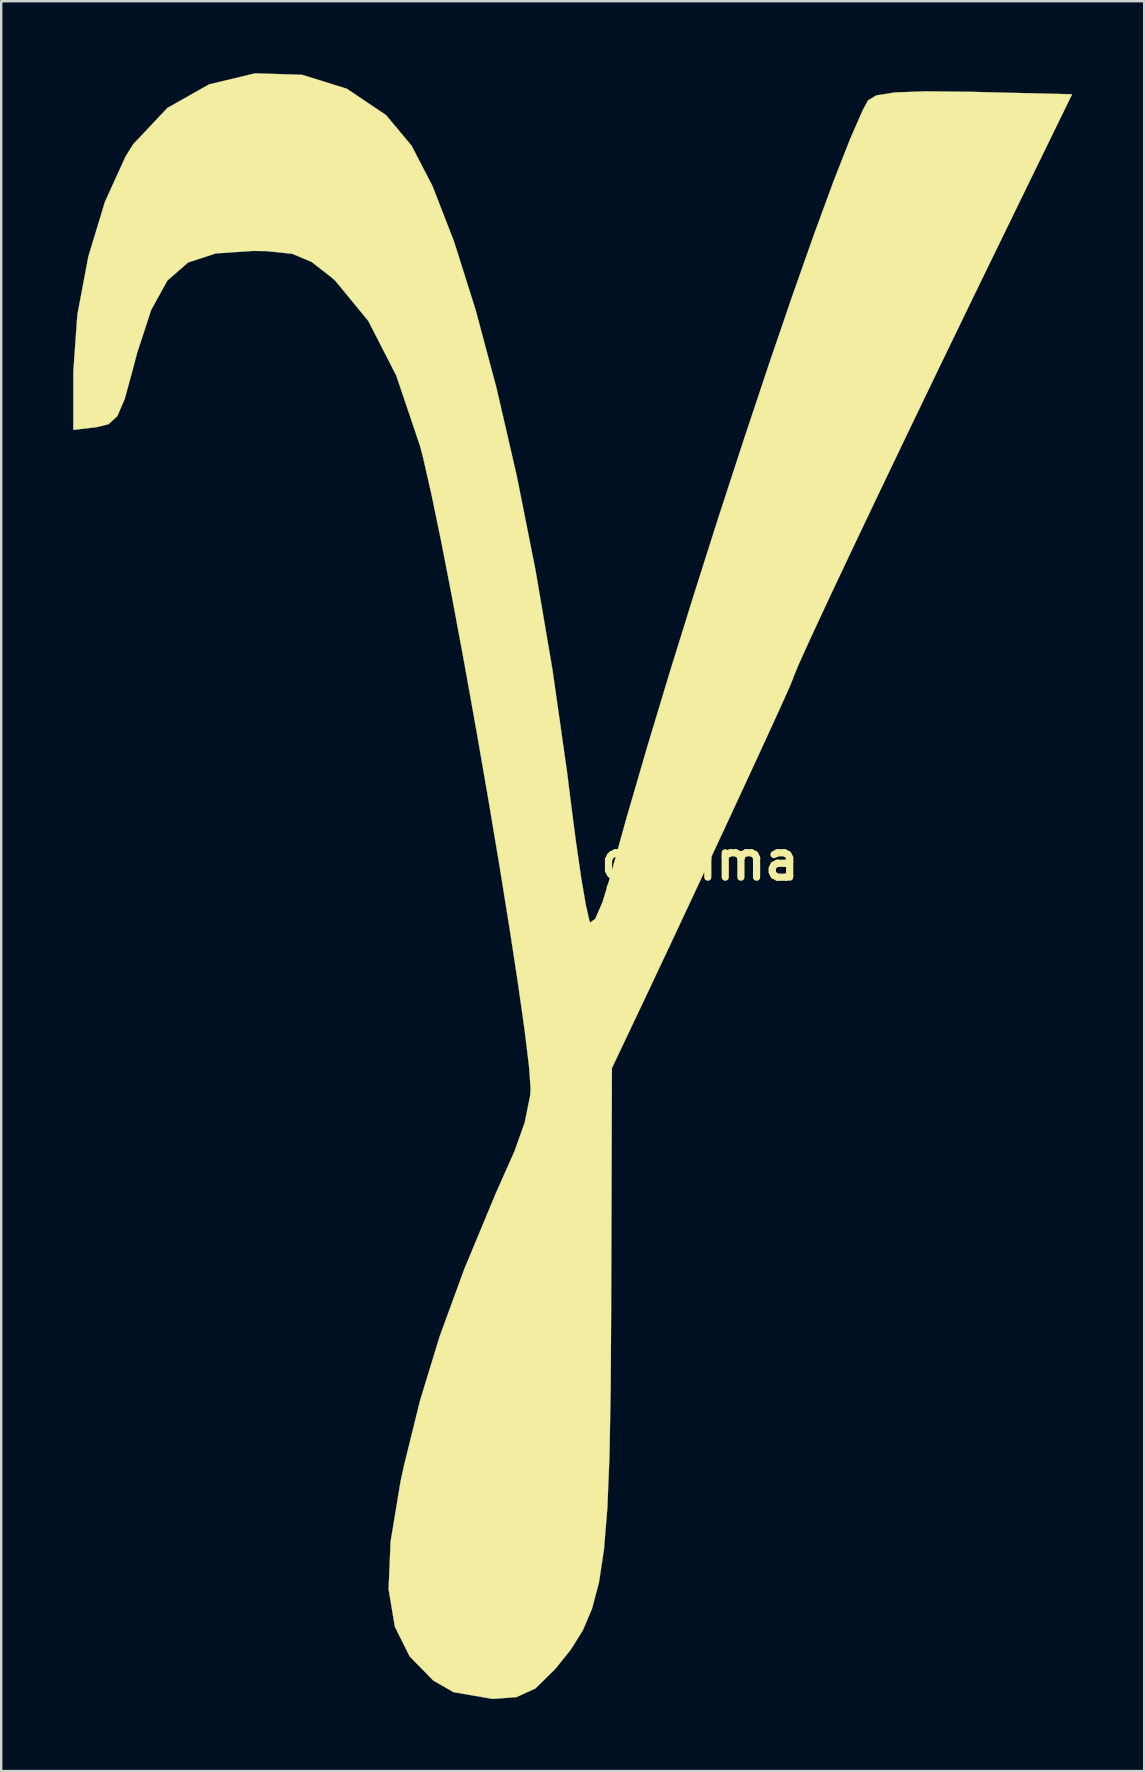
<source format=kicad_pcb>
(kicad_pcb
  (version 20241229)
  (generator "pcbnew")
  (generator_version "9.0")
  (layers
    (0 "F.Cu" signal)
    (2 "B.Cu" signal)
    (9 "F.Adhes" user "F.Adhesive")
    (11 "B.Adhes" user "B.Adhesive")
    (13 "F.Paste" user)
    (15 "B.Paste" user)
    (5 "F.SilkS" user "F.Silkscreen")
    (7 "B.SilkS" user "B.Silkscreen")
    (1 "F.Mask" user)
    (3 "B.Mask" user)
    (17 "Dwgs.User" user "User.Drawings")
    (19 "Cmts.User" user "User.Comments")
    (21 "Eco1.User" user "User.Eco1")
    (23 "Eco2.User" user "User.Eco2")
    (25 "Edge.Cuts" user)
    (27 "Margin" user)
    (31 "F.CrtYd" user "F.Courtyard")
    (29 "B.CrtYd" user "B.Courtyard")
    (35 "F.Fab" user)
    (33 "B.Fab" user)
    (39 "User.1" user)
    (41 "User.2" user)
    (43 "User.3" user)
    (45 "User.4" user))
  (footprint "gamma"
    (layer "F.Cu")
    (at 26.111 32.804)
    (property "Reference" "gamma" (at 0 0 0) (layer "F.SilkS") (effects (font (size 1.524 1.524) (thickness 0.3))))
    (attr through_hole)
    (fp_poly (pts (xy -16.575 -32.738) (xy -14.709 -32.157) (xy -13.075 -31.056) (xy -12.012 -29.78) (xy -11.142 -28.101) (xy -10.249 -25.801) (xy -9.353 -22.966) (xy -8.474 -19.68) (xy -7.632 -16.026) (xy -6.849 -12.089) (xy -6.145 -7.953) (xy -5.539 -3.703) (xy -5.408 -2.649) (xy -5.176 -0.849) (xy -4.951 0.7) (xy -4.753 1.863) (xy -4.605 2.505) (xy -4.57 2.579) (xy -4.364 2.426) (xy -4.065 1.74) (xy -3.78 0.815) (xy -3.049 -1.816) (xy -2.199 -4.733) (xy -1.258 -7.851) (xy -0.252 -11.087) (xy 0.789 -14.359) (xy 1.84 -17.583) (xy 2.872 -20.676) (xy 3.857 -23.556) (xy 4.769 -26.138) (xy 5.579 -28.34) (xy 6.261 -30.079) (xy 6.785 -31.271) (xy 7.003 -31.674) (xy 7.344 -31.879) (xy 8.113 -32.002) (xy 9.401 -32.049) (xy 11.297 -32.029) (xy 11.395 -32.026) (xy 15.502 -31.926) (xy 13.008 -26.811) (xy 11.507 -23.726) (xy 10.055 -20.725) (xy 8.683 -17.874) (xy 7.422 -15.239) (xy 6.304 -12.888) (xy 5.36 -10.886) (xy 4.623 -9.301) (xy 4.123 -8.198) (xy 3.893 -7.644) (xy 3.881 -7.596) (xy 3.738 -7.248) (xy 3.339 -6.358) (xy 2.728 -5.021) (xy 1.949 -3.333) (xy 1.048 -1.389) (xy 0.068 0.714) (xy -0.946 2.88) (xy -1.95 5.015) (xy -2.748 6.703) (xy -3.668 8.643) (xy -3.7 18.697) (xy -3.721 22.044) (xy -3.769 24.77) (xy -3.858 26.961) (xy -4 28.701) (xy -4.209 30.076) (xy -4.498 31.17) (xy -4.881 32.068) (xy -5.371 32.856) (xy -5.981 33.617) (xy -6.049 33.695) (xy -6.861 34.492) (xy -7.644 34.848) (xy -8.632 34.925) (xy -10.266 34.643) (xy -11.108 34.16) (xy -12.095 33.152) (xy -12.712 31.915) (xy -12.972 30.353) (xy -12.889 28.372) (xy -12.476 25.876) (xy -12.336 25.224) (xy -11.665 22.505) (xy -10.849 19.833) (xy -9.822 17.023) (xy -8.52 13.892) (xy -7.725 12.102) (xy -7.304 10.92) (xy -7.072 9.777) (xy -7.056 9.496) (xy -7.12 8.585) (xy -7.302 7.087) (xy -7.582 5.109) (xy -7.943 2.757) (xy -8.365 0.138) (xy -8.832 -2.642) (xy -9.324 -5.478) (xy -9.824 -8.262) (xy -10.312 -10.888) (xy -10.771 -13.251) (xy -11.183 -15.243) (xy -11.528 -16.759) (xy -11.663 -17.279) (xy -12.652 -20.207) (xy -13.819 -22.485) (xy -15.185 -24.149) (xy -15.335 -24.285) (xy -16.186 -24.946) (xy -16.988 -25.28) (xy -18.054 -25.393) (xy -18.631 -25.4) (xy -20.174 -25.296) (xy -21.326 -24.918) (xy -22.189 -24.165) (xy -22.864 -22.939) (xy -23.452 -21.138) (xy -23.629 -20.461) (xy -23.969 -19.222) (xy -24.275 -18.515) (xy -24.646 -18.178) (xy -25.156 -18.056) (xy -26.106 -17.945) (xy -26.106 -20.381) (xy -25.939 -22.737) (xy -25.48 -25.17) (xy -24.789 -27.447) (xy -23.929 -29.337) (xy -23.607 -29.851) (xy -22.188 -31.357) (xy -20.451 -32.339) (xy -18.534 -32.799) (xy -16.575 -32.738)) (stroke (width 0.01) (type solid)) (fill yes) (layer "F.SilkS")))
  (gr_rect
    (start -3 -3)
    (end 44.617 70.734)
    (stroke (width 0.1) (type default))
    (fill no)
    (layer "Edge.Cuts")))
</source>
